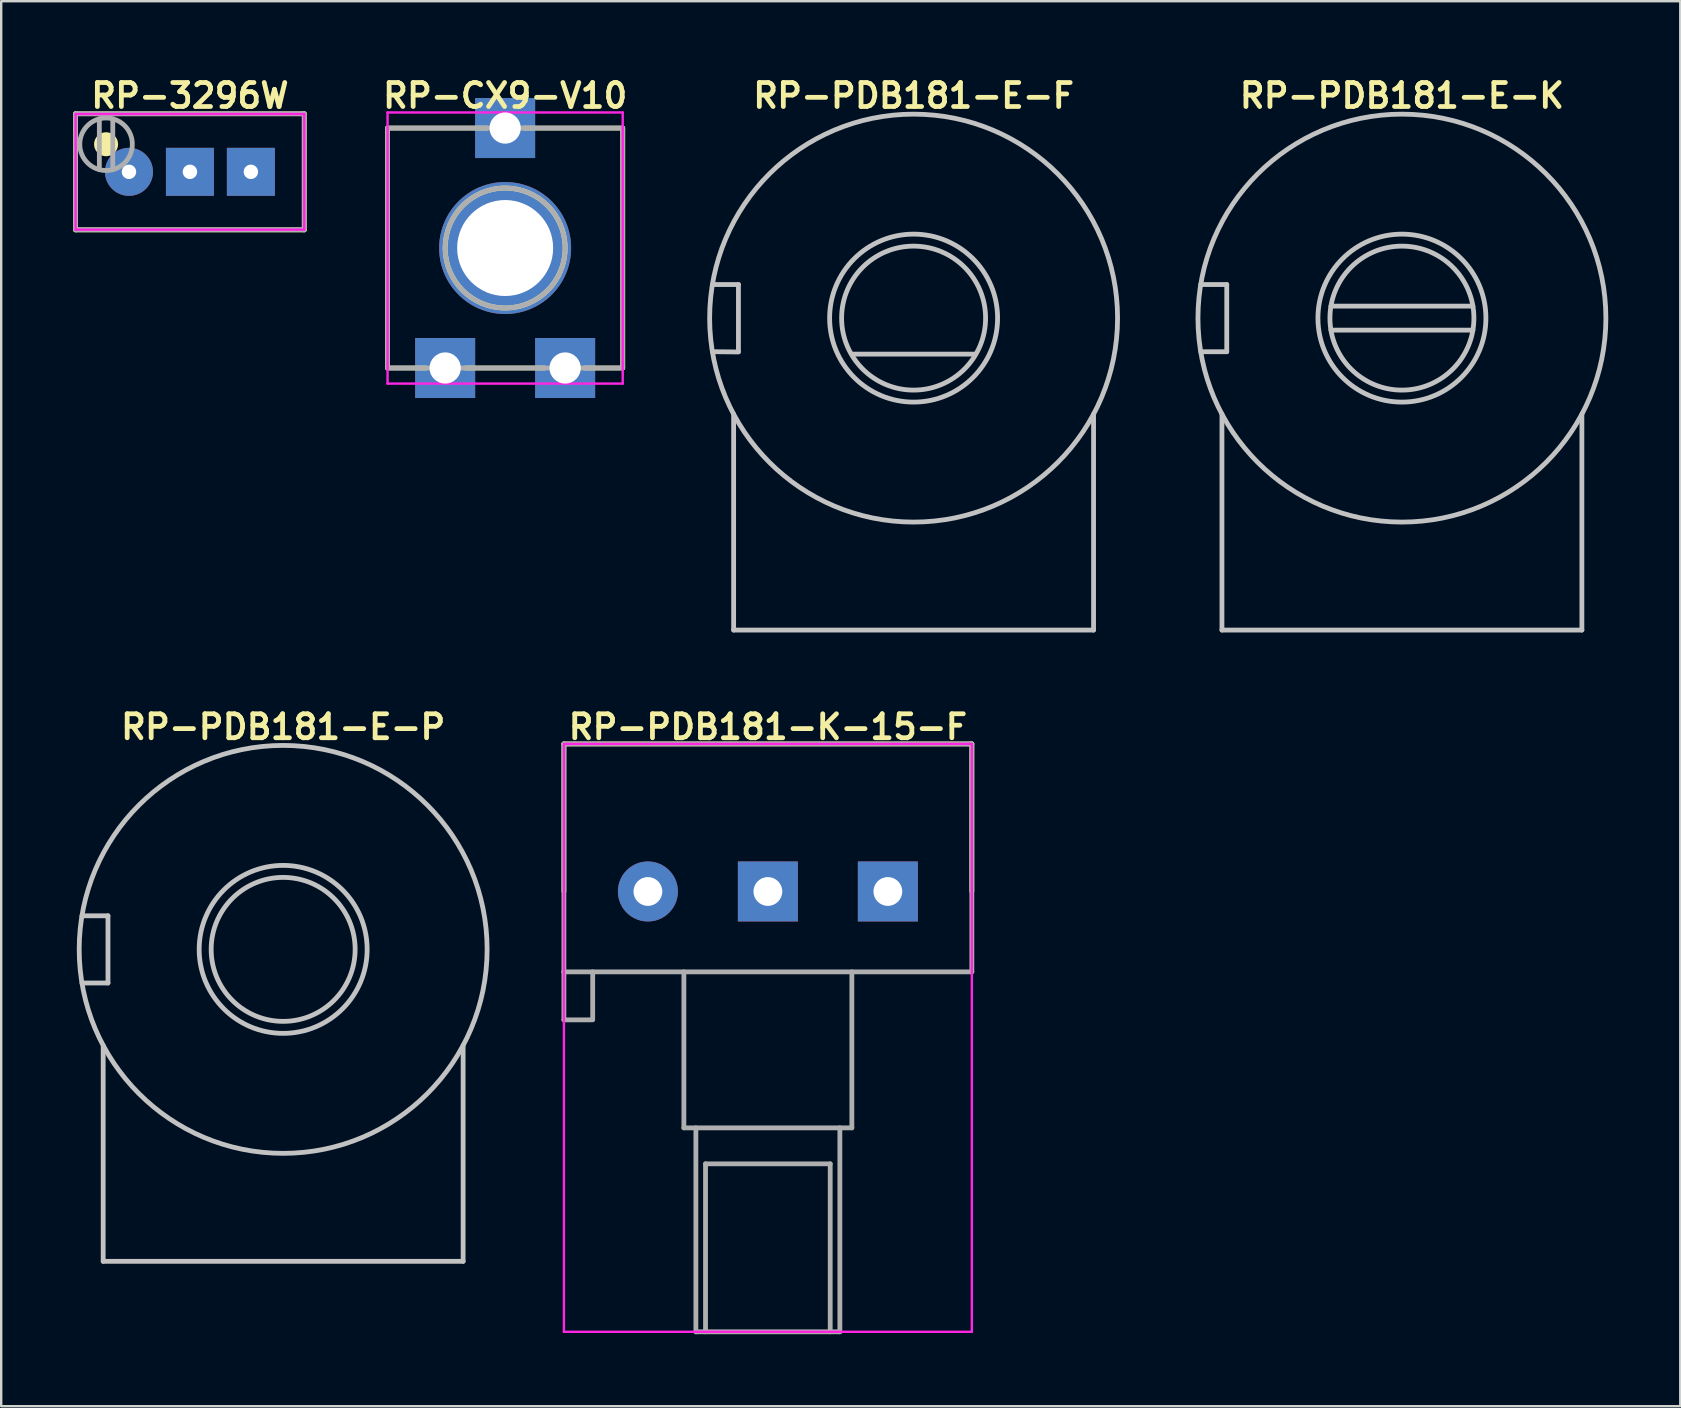
<source format=kicad_pcb>
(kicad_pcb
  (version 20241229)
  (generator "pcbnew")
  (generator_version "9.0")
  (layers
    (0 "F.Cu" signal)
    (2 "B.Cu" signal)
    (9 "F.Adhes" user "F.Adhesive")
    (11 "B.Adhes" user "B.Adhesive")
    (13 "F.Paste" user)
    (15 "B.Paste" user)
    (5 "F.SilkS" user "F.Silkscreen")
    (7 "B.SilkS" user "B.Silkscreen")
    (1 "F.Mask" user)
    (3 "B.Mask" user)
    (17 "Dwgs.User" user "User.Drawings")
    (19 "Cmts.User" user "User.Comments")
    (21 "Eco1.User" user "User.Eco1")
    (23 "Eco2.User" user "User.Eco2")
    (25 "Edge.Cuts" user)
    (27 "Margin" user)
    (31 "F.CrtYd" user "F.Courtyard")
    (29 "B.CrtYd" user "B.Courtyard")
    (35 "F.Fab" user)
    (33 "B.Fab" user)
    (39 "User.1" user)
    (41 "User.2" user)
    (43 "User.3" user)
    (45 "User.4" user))
  (footprint "RP-PDB181-E-P"
    (layer "F.Cu")
    (at 8.75 36.514)
    (property "Reference" "RP-PDB181-E-P" (at 0 -9.271 0) (layer "F.SilkS") (effects (font (size 1 1) (thickness 0.2))))
    (attr through_hole)
    (fp_line (start -8.384 -1.4) (end -7.3 -1.4) (stroke (width 0.2) (type solid)) (layer "Dwgs.User"))
    (fp_line (start -8.384 1.4) (end -7.3 1.4) (stroke (width 0.2) (type solid)) (layer "Dwgs.User"))
    (fp_line (start -7.5 4) (end -7.5 13) (stroke (width 0.2) (type solid)) (layer "Dwgs.User"))
    (fp_line (start -7.5 13) (end 7.5 13) (stroke (width 0.2) (type solid)) (layer "Dwgs.User"))
    (fp_line (start -7.3 -1.4) (end -7.3 1.4) (stroke (width 0.2) (type solid)) (layer "Dwgs.User"))
    (fp_line (start 7.5 4) (end 7.5 13) (stroke (width 0.2) (type solid)) (layer "Dwgs.User"))
    (fp_circle (center 0 0) (end 3 0) (stroke (width 0.2) (type solid)) (fill no) (layer "Dwgs.User"))
    (fp_circle (center 0 0) (end 3.5 0) (stroke (width 0.2) (type solid)) (fill no) (layer "Dwgs.User"))
    (fp_circle (center 0 0) (end 8.5 0) (stroke (width 0.2) (type solid)) (fill no) (layer "Dwgs.User"))
    (fp_line (start -8.55 -0.8) (end -8.55 0.8) (stroke (width 0.4) (type solid)) (layer "Eco1.User"))
    (fp_line (start -7.25 -0.8) (end -7.25 0.8) (stroke (width 0.4) (type solid)) (layer "Eco1.User"))
    (fp_arc (start -8.55 -0.8) (mid -7.9 -1.45) (end -7.25 -0.8) (stroke (width 0.4) (type solid)) (layer "Eco1.User"))
    (fp_arc (start -7.25 0.8) (mid -7.9 1.45) (end -8.55 0.8) (stroke (width 0.4) (type solid)) (layer "Eco1.User"))
    (fp_circle (center 0 0) (end 3.7 0) (stroke (width 0.4) (type solid)) (fill no) (layer "Eco1.User")))
  (footprint "RP-PDB181-K-15-F"
    (layer "F.Cu")
    (at 28.95 34.101)
    (property "Reference" "RP-PDB181-K-15-F" (at 0 -6.858 0) (layer "F.SilkS") (effects (font (size 1 1) (thickness 0.2))))
    (attr through_hole)
    (fp_line (start -8.5 -6.15) (end -8.5 0) (stroke (width 0.2) (type solid)) (layer "F.SilkS"))
    (fp_line (start -8.5 -6.15) (end 8.5 -6.15) (stroke (width 0.2) (type solid)) (layer "F.SilkS"))
    (fp_line (start 8.5 -6.15) (end 8.5 0) (stroke (width 0.2) (type solid)) (layer "F.SilkS"))
    (fp_line (start -8.5 -6.15) (end -8.5 18.35) (stroke (width 0.1) (type solid)) (layer "F.CrtYd"))
    (fp_line (start -8.5 -6.15) (end 8.5 -6.15) (stroke (width 0.1) (type solid)) (layer "F.CrtYd"))
    (fp_line (start -8.5 18.35) (end 8.5 18.35) (stroke (width 0.1) (type solid)) (layer "F.CrtYd"))
    (fp_line (start 8.5 -6.15) (end 8.5 18.35) (stroke (width 0.1) (type solid)) (layer "F.CrtYd"))
    (fp_line (start -8.5 -6.15) (end -8.5 3.35) (stroke (width 0.2) (type solid)) (layer "F.Fab"))
    (fp_line (start -8.5 -6.15) (end 8.5 -6.15) (stroke (width 0.2) (type solid)) (layer "F.Fab"))
    (fp_line (start -8.5 3.35) (end -8.5 5.35) (stroke (width 0.2) (type solid)) (layer "F.Fab"))
    (fp_line (start -8.5 3.35) (end 8.5 3.35) (stroke (width 0.2) (type solid)) (layer "F.Fab"))
    (fp_line (start -8.5 5.35) (end -7.366 5.35) (stroke (width 0.2) (type solid)) (layer "F.Fab"))
    (fp_line (start -7.3 3.35) (end -7.3 5.35) (stroke (width 0.2) (type solid)) (layer "F.Fab"))
    (fp_line (start -3.5 3.35) (end -3.5 9.85) (stroke (width 0.2) (type solid)) (layer "F.Fab"))
    (fp_line (start -3.5 9.85) (end 3.5 9.85) (stroke (width 0.2) (type solid)) (layer "F.Fab"))
    (fp_line (start -3 9.85) (end -3 18.35) (stroke (width 0.2) (type solid)) (layer "F.Fab"))
    (fp_line (start -3 18.35) (end 3 18.35) (stroke (width 0.2) (type solid)) (layer "F.Fab"))
    (fp_line (start -2.598 11.35) (end -2.598 18.35) (stroke (width 0.2) (type solid)) (layer "F.Fab"))
    (fp_line (start -2.598 11.35) (end 2.598 11.35) (stroke (width 0.2) (type solid)) (layer "F.Fab"))
    (fp_line (start 2.598 11.35) (end 2.598 18.35) (stroke (width 0.2) (type solid)) (layer "F.Fab"))
    (fp_line (start 3 9.85) (end 3 18.35) (stroke (width 0.2) (type solid)) (layer "F.Fab"))
    (fp_line (start 3.5 3.35) (end 3.5 9.85) (stroke (width 0.2) (type solid)) (layer "F.Fab"))
    (fp_line (start 8.5 -6.15) (end 8.5 3.35) (stroke (width 0.2) (type solid)) (layer "F.Fab"))
    (pad "1" thru_hole circle (at -5 0) (size 2.5 2.5) (drill 1.2) (layers "B.Cu" "B.Mask"))
    (pad "2" thru_hole rect (at 0 0) (size 2.5 2.5) (drill 1.2) (layers "B.Cu" "B.Mask"))
    (pad "3" thru_hole rect (at 5 0) (size 2.5 2.5) (drill 1.2) (layers "B.Cu" "B.Mask")))
  (footprint "RP-PDB181-E-F"
    (layer "F.Cu")
    (at 35.023 10.207)
    (property "Reference" "RP-PDB181-E-F" (at 0 -9.271 0) (layer "F.SilkS") (effects (font (size 1 1) (thickness 0.2))))
    (attr through_hole)
    (fp_line (start -8.384 -1.4) (end -7.3 -1.4) (stroke (width 0.2) (type solid)) (layer "Dwgs.User"))
    (fp_line (start -8.384 1.4) (end -7.3 1.41) (stroke (width 0.2) (type solid)) (layer "Dwgs.User"))
    (fp_line (start -7.5 4) (end -7.5 13) (stroke (width 0.2) (type solid)) (layer "Dwgs.User"))
    (fp_line (start -7.5 13) (end 7.5 13) (stroke (width 0.2) (type solid)) (layer "Dwgs.User"))
    (fp_line (start -7.3 -1.4) (end -7.3 1.4) (stroke (width 0.2) (type solid)) (layer "Dwgs.User"))
    (fp_line (start -2.54 1.5) (end 2.54 1.5) (stroke (width 0.2) (type solid)) (layer "Dwgs.User"))
    (fp_line (start 7.5 4) (end 7.5 13) (stroke (width 0.2) (type solid)) (layer "Dwgs.User"))
    (fp_circle (center 0 0) (end 3 0) (stroke (width 0.2) (type solid)) (fill no) (layer "Dwgs.User"))
    (fp_circle (center 0 0) (end 3.5 0) (stroke (width 0.2) (type solid)) (fill no) (layer "Dwgs.User"))
    (fp_circle (center 0 0) (end 8.5 0) (stroke (width 0.2) (type solid)) (fill no) (layer "Dwgs.User"))
    (fp_line (start -8.55 -0.8) (end -8.55 0.8) (stroke (width 0.4) (type solid)) (layer "Eco1.User"))
    (fp_line (start -7.25 -0.8) (end -7.25 0.8) (stroke (width 0.4) (type solid)) (layer "Eco1.User"))
    (fp_arc (start -8.55 -0.8) (mid -7.9 -1.45) (end -7.25 -0.8) (stroke (width 0.4) (type solid)) (layer "Eco1.User"))
    (fp_arc (start -7.25 0.8) (mid -7.9 1.45) (end -8.55 0.8) (stroke (width 0.4) (type solid)) (layer "Eco1.User"))
    (fp_circle (center 0 0) (end 3.7 0) (stroke (width 0.4) (type solid)) (fill no) (layer "Eco1.User")))
  (footprint "RP-CX9-V10"
    (layer "F.Cu")
    (at 18.001 7.286)
    (property "Reference" "RP-CX9-V10" (at 0 -6.35 0) (layer "F.SilkS") (effects (font (size 1 1) (thickness 0.2))))
    (attr through_hole)
    (fp_line (start -4.9 -5) (end -4.9 5) (stroke (width 0.2) (type solid)) (layer "F.SilkS"))
    (fp_line (start -4.9 -5) (end -0.762 -5) (stroke (width 0.2) (type solid)) (layer "F.SilkS"))
    (fp_line (start -4.9 5) (end -3.302 5) (stroke (width 0.2) (type solid)) (layer "F.SilkS"))
    (fp_line (start -1.651 5) (end 1.651 5) (stroke (width 0.2) (type solid)) (layer "F.SilkS"))
    (fp_line (start 0.762 -5) (end 4.9 -5) (stroke (width 0.2) (type solid)) (layer "F.SilkS"))
    (fp_line (start 3.302 5) (end 4.9 5) (stroke (width 0.2) (type solid)) (layer "F.SilkS"))
    (fp_line (start 4.9 -5) (end 4.9 5) (stroke (width 0.2) (type solid)) (layer "F.SilkS"))
    (fp_circle (center 0 0) (end 2.5 0) (stroke (width 0.2) (type solid)) (fill no) (layer "F.SilkS"))
    (fp_line (start -4.9 -5.65) (end -4.9 5.65) (stroke (width 0.1) (type solid)) (layer "F.CrtYd"))
    (fp_line (start -4.9 -5.65) (end 4.9 -5.65) (stroke (width 0.1) (type solid)) (layer "F.CrtYd"))
    (fp_line (start -4.9 5.65) (end 4.9 5.65) (stroke (width 0.1) (type solid)) (layer "F.CrtYd"))
    (fp_line (start 4.9 -5.65) (end 4.9 5.65) (stroke (width 0.1) (type solid)) (layer "F.CrtYd"))
    (fp_line (start -4.9 -5) (end -4.9 5) (stroke (width 0.2) (type solid)) (layer "F.Fab"))
    (fp_line (start -4.9 -5) (end 4.9 -5) (stroke (width 0.2) (type solid)) (layer "F.Fab"))
    (fp_line (start -4.9 5) (end 4.9 5) (stroke (width 0.2) (type solid)) (layer "F.Fab"))
    (fp_line (start 4.9 -5) (end 4.9 5) (stroke (width 0.2) (type solid)) (layer "F.Fab"))
    (fp_circle (center 0 0) (end 1.5 0) (stroke (width 0.2) (type solid)) (fill no) (layer "F.Fab"))
    (fp_circle (center 0 0) (end 2.5 0) (stroke (width 0.2) (type solid)) (fill no) (layer "F.Fab"))
    (pad "0" thru_hole circle (at 0 0) (size 5.5 5.5) (drill 4) (layers "B.Cu"))
    (pad "1" thru_hole rect (at -2.5 5) (size 2.5 2.5) (drill 1.3) (layers "B.Cu" "B.Mask"))
    (pad "2" thru_hole rect (at 0 -5) (size 2.5 2.5) (drill 1.3) (layers "B.Cu" "B.Mask"))
    (pad "3" thru_hole rect (at 2.5 5) (size 2.5 2.5) (drill 1.3) (layers "B.Cu" "B.Mask")))
  (footprint "RP-3296W"
    (layer "F.Cu")
    (at 4.865 4.111)
    (property "Reference" "RP-3296W" (at 0 -3.175 0) (layer "F.SilkS") (effects (font (size 1 1) (thickness 0.2))))
    (attr through_hole)
    (fp_line (start -4.765 -2.42) (end -4.765 2.42) (stroke (width 0.2) (type solid)) (layer "F.SilkS"))
    (fp_line (start -4.765 -2.42) (end 4.765 -2.42) (stroke (width 0.2) (type solid)) (layer "F.SilkS"))
    (fp_line (start -4.765 2.42) (end 4.765 2.42) (stroke (width 0.2) (type solid)) (layer "F.SilkS"))
    (fp_line (start 4.765 -2.42) (end 4.765 2.42) (stroke (width 0.2) (type solid)) (layer "F.SilkS"))
    (fp_circle (center -3.495 -1.15) (end -3.245 -1.15) (stroke (width 0.5) (type solid)) (fill no) (layer "F.SilkS"))
    (fp_line (start -4.765 -2.41) (end -4.765 2.41) (stroke (width 0.1) (type solid)) (layer "F.CrtYd"))
    (fp_line (start -4.765 -2.41) (end 4.765 -2.41) (stroke (width 0.1) (type solid)) (layer "F.CrtYd"))
    (fp_line (start -4.765 2.41) (end 4.765 2.41) (stroke (width 0.1) (type solid)) (layer "F.CrtYd"))
    (fp_line (start 4.765 -2.41) (end 4.765 2.41) (stroke (width 0.1) (type solid)) (layer "F.CrtYd"))
    (fp_line (start -4.765 -2.42) (end -4.765 2.41) (stroke (width 0.2) (type solid)) (layer "F.Fab"))
    (fp_line (start -4.765 -2.42) (end 4.765 -2.42) (stroke (width 0.2) (type solid)) (layer "F.Fab"))
    (fp_line (start -4.765 2.41) (end 4.765 2.41) (stroke (width 0.2) (type solid)) (layer "F.Fab"))
    (fp_line (start -3.775 -2.209) (end -3.775 -0.091) (stroke (width 0.2) (type solid)) (layer "F.Fab"))
    (fp_line (start -3.215 -2.209) (end -3.215 -0.091) (stroke (width 0.2) (type solid)) (layer "F.Fab"))
    (fp_line (start 4.765 -2.42) (end 4.765 2.41) (stroke (width 0.2) (type solid)) (layer "F.Fab"))
    (fp_circle (center -3.495 -1.15) (end -2.4 -1.15) (stroke (width 0.2) (type solid)) (fill no) (layer "F.Fab"))
    (pad "1" thru_hole circle (at -2.54 0) (size 2 2) (drill 0.6) (layers "B.Cu" "B.Mask"))
    (pad "2" thru_hole rect (at 0 0) (size 2 2) (drill 0.6) (layers "B.Cu" "B.Mask"))
    (pad "3" thru_hole rect (at 2.54 0) (size 2 2) (drill 0.6) (layers "B.Cu" "B.Mask")))
  (footprint "RP-PDB181-E-K"
    (layer "F.Cu")
    (at 55.373 10.207)
    (property "Reference" "RP-PDB181-E-K" (at 0 -9.271 0) (layer "F.SilkS") (effects (font (size 1 1) (thickness 0.2))))
    (attr through_hole)
    (fp_line (start -8.384 -1.4) (end -7.3 -1.4) (stroke (width 0.2) (type solid)) (layer "Dwgs.User"))
    (fp_line (start -8.384 1.4) (end -7.3 1.4) (stroke (width 0.2) (type solid)) (layer "Dwgs.User"))
    (fp_line (start -7.5 4) (end -7.5 13) (stroke (width 0.2) (type solid)) (layer "Dwgs.User"))
    (fp_line (start -7.5 13) (end 7.5 13) (stroke (width 0.2) (type solid)) (layer "Dwgs.User"))
    (fp_line (start -7.3 -1.4) (end -7.3 1.4) (stroke (width 0.2) (type solid)) (layer "Dwgs.User"))
    (fp_line (start -2.958 -0.5) (end 2.958 -0.5) (stroke (width 0.2) (type solid)) (layer "Dwgs.User"))
    (fp_line (start -2.958 0.5) (end 2.958 0.5) (stroke (width 0.2) (type solid)) (layer "Dwgs.User"))
    (fp_line (start 7.5 4) (end 7.5 13) (stroke (width 0.2) (type solid)) (layer "Dwgs.User"))
    (fp_circle (center 0 0) (end 3 0) (stroke (width 0.2) (type solid)) (fill no) (layer "Dwgs.User"))
    (fp_circle (center 0 0) (end 3.5 0) (stroke (width 0.2) (type solid)) (fill no) (layer "Dwgs.User"))
    (fp_circle (center 0 0) (end 8.5 0) (stroke (width 0.2) (type solid)) (fill no) (layer "Dwgs.User"))
    (fp_line (start -8.55 -0.8) (end -8.55 0.8) (stroke (width 0.4) (type solid)) (layer "Eco1.User"))
    (fp_line (start -7.25 -0.8) (end -7.25 0.8) (stroke (width 0.4) (type solid)) (layer "Eco1.User"))
    (fp_arc (start -8.55 -0.8) (mid -7.9 -1.45) (end -7.25 -0.8) (stroke (width 0.4) (type solid)) (layer "Eco1.User"))
    (fp_arc (start -7.25 0.8) (mid -7.9 1.45) (end -8.55 0.8) (stroke (width 0.4) (type solid)) (layer "Eco1.User"))
    (fp_circle (center 0 0) (end 3.7 0) (stroke (width 0.4) (type solid)) (fill no) (layer "Eco1.User")))
  (gr_rect
    (start -3 -3)
    (end 66.973 55.551)
    (stroke (width 0.1) (type default))
    (fill no)
    (layer "Edge.Cuts")))
</source>
